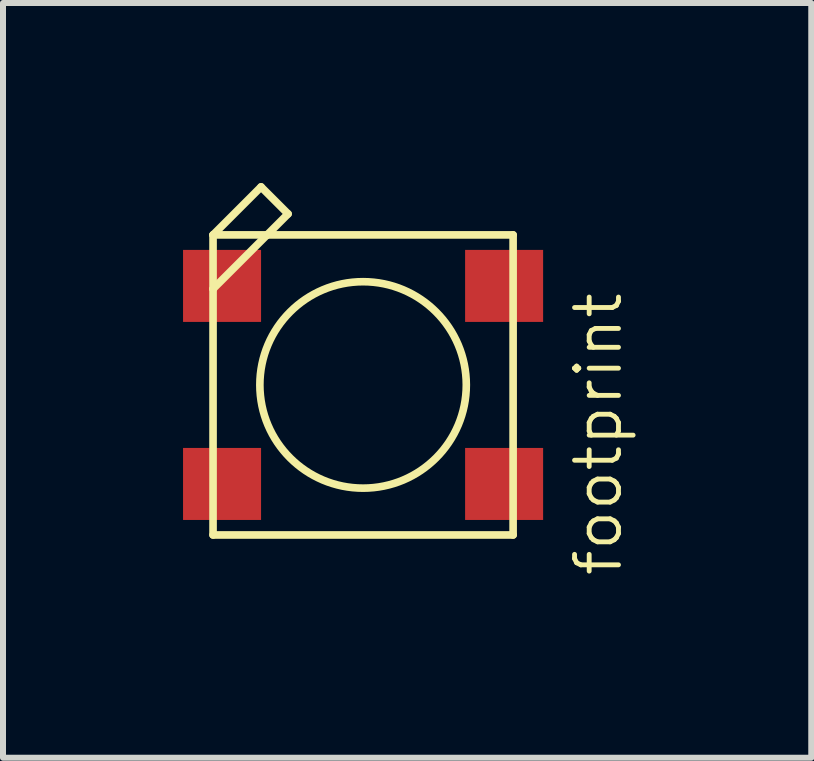
<source format=kicad_pcb>
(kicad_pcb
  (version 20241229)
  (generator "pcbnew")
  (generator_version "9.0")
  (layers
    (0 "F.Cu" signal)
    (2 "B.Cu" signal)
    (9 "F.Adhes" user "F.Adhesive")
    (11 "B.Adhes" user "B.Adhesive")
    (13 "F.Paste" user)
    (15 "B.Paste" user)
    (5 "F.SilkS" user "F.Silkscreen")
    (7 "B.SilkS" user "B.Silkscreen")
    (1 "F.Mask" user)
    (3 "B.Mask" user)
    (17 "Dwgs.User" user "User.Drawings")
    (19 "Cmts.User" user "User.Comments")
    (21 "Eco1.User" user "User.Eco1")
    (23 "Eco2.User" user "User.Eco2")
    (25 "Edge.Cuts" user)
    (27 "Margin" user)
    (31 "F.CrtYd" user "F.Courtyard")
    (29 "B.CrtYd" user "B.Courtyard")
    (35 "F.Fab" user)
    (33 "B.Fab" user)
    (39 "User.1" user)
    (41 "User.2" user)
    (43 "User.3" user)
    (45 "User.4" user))
  (footprint "footprint"
    (layer "F.Cu")
    (at 3 3.364)
    (property "Reference" "footprint" (at 3.493 -1.587 90) (layer "F.SilkS") (effects (font (size 0.732 0.732) (thickness 0.081)) (justify right top)))
    (fp_line (start -2.5 -2.5) (end -1.6 -2.5) (stroke (width 0.127) (type solid)) (layer "F.SilkS"))
    (fp_line (start -2.5 -1.6) (end -2.5 -2.5) (stroke (width 0.127) (type solid)) (layer "F.SilkS"))
    (fp_line (start -2.5 -1.6) (end -1.6 -2.5) (stroke (width 0.127) (type solid)) (layer "F.SilkS"))
    (fp_line (start -2.5 2.5) (end -2.5 -1.6) (stroke (width 0.127) (type solid)) (layer "F.SilkS"))
    (fp_line (start -1.7 -3.3) (end -2.5 -2.5) (stroke (width 0.127) (type solid)) (layer "F.SilkS"))
    (fp_line (start -1.6 -2.5) (end -1.25 -2.85) (stroke (width 0.127) (type solid)) (layer "F.SilkS"))
    (fp_line (start -1.6 -2.5) (end 2.5 -2.5) (stroke (width 0.127) (type solid)) (layer "F.SilkS"))
    (fp_line (start -1.25 -2.85) (end -1.7 -3.3) (stroke (width 0.127) (type solid)) (layer "F.SilkS"))
    (fp_line (start 2.5 -2.5) (end 2.5 2.5) (stroke (width 0.127) (type solid)) (layer "F.SilkS"))
    (fp_line (start 2.5 2.5) (end -2.5 2.5) (stroke (width 0.127) (type solid)) (layer "F.SilkS"))
    (fp_circle (center 0 0) (end 1.72 0) (stroke (width 0.127) (type solid)) (fill no) (layer "F.SilkS"))
    (pad "1-VDD" smd rect (at 2.35 1.65 180) (size 1.3 1.2) (layers "F.Cu" "F.Mask" "F.Paste"))
    (pad "2-DOUT" smd rect (at 2.35 -1.65 180) (size 1.3 1.2) (layers "F.Cu" "F.Mask" "F.Paste"))
    (pad "3-GND" smd rect (at -2.35 -1.65 180) (size 1.3 1.2) (layers "F.Cu" "F.Mask" "F.Paste"))
    (pad "4-DIN" smd rect (at -2.35 1.65 180) (size 1.3 1.2) (layers "F.Cu" "F.Mask" "F.Paste")))
  (gr_rect
    (start -3 -3)
    (end 10.468 9.576)
    (stroke (width 0.1) (type default))
    (fill no)
    (layer "Edge.Cuts")))
</source>
